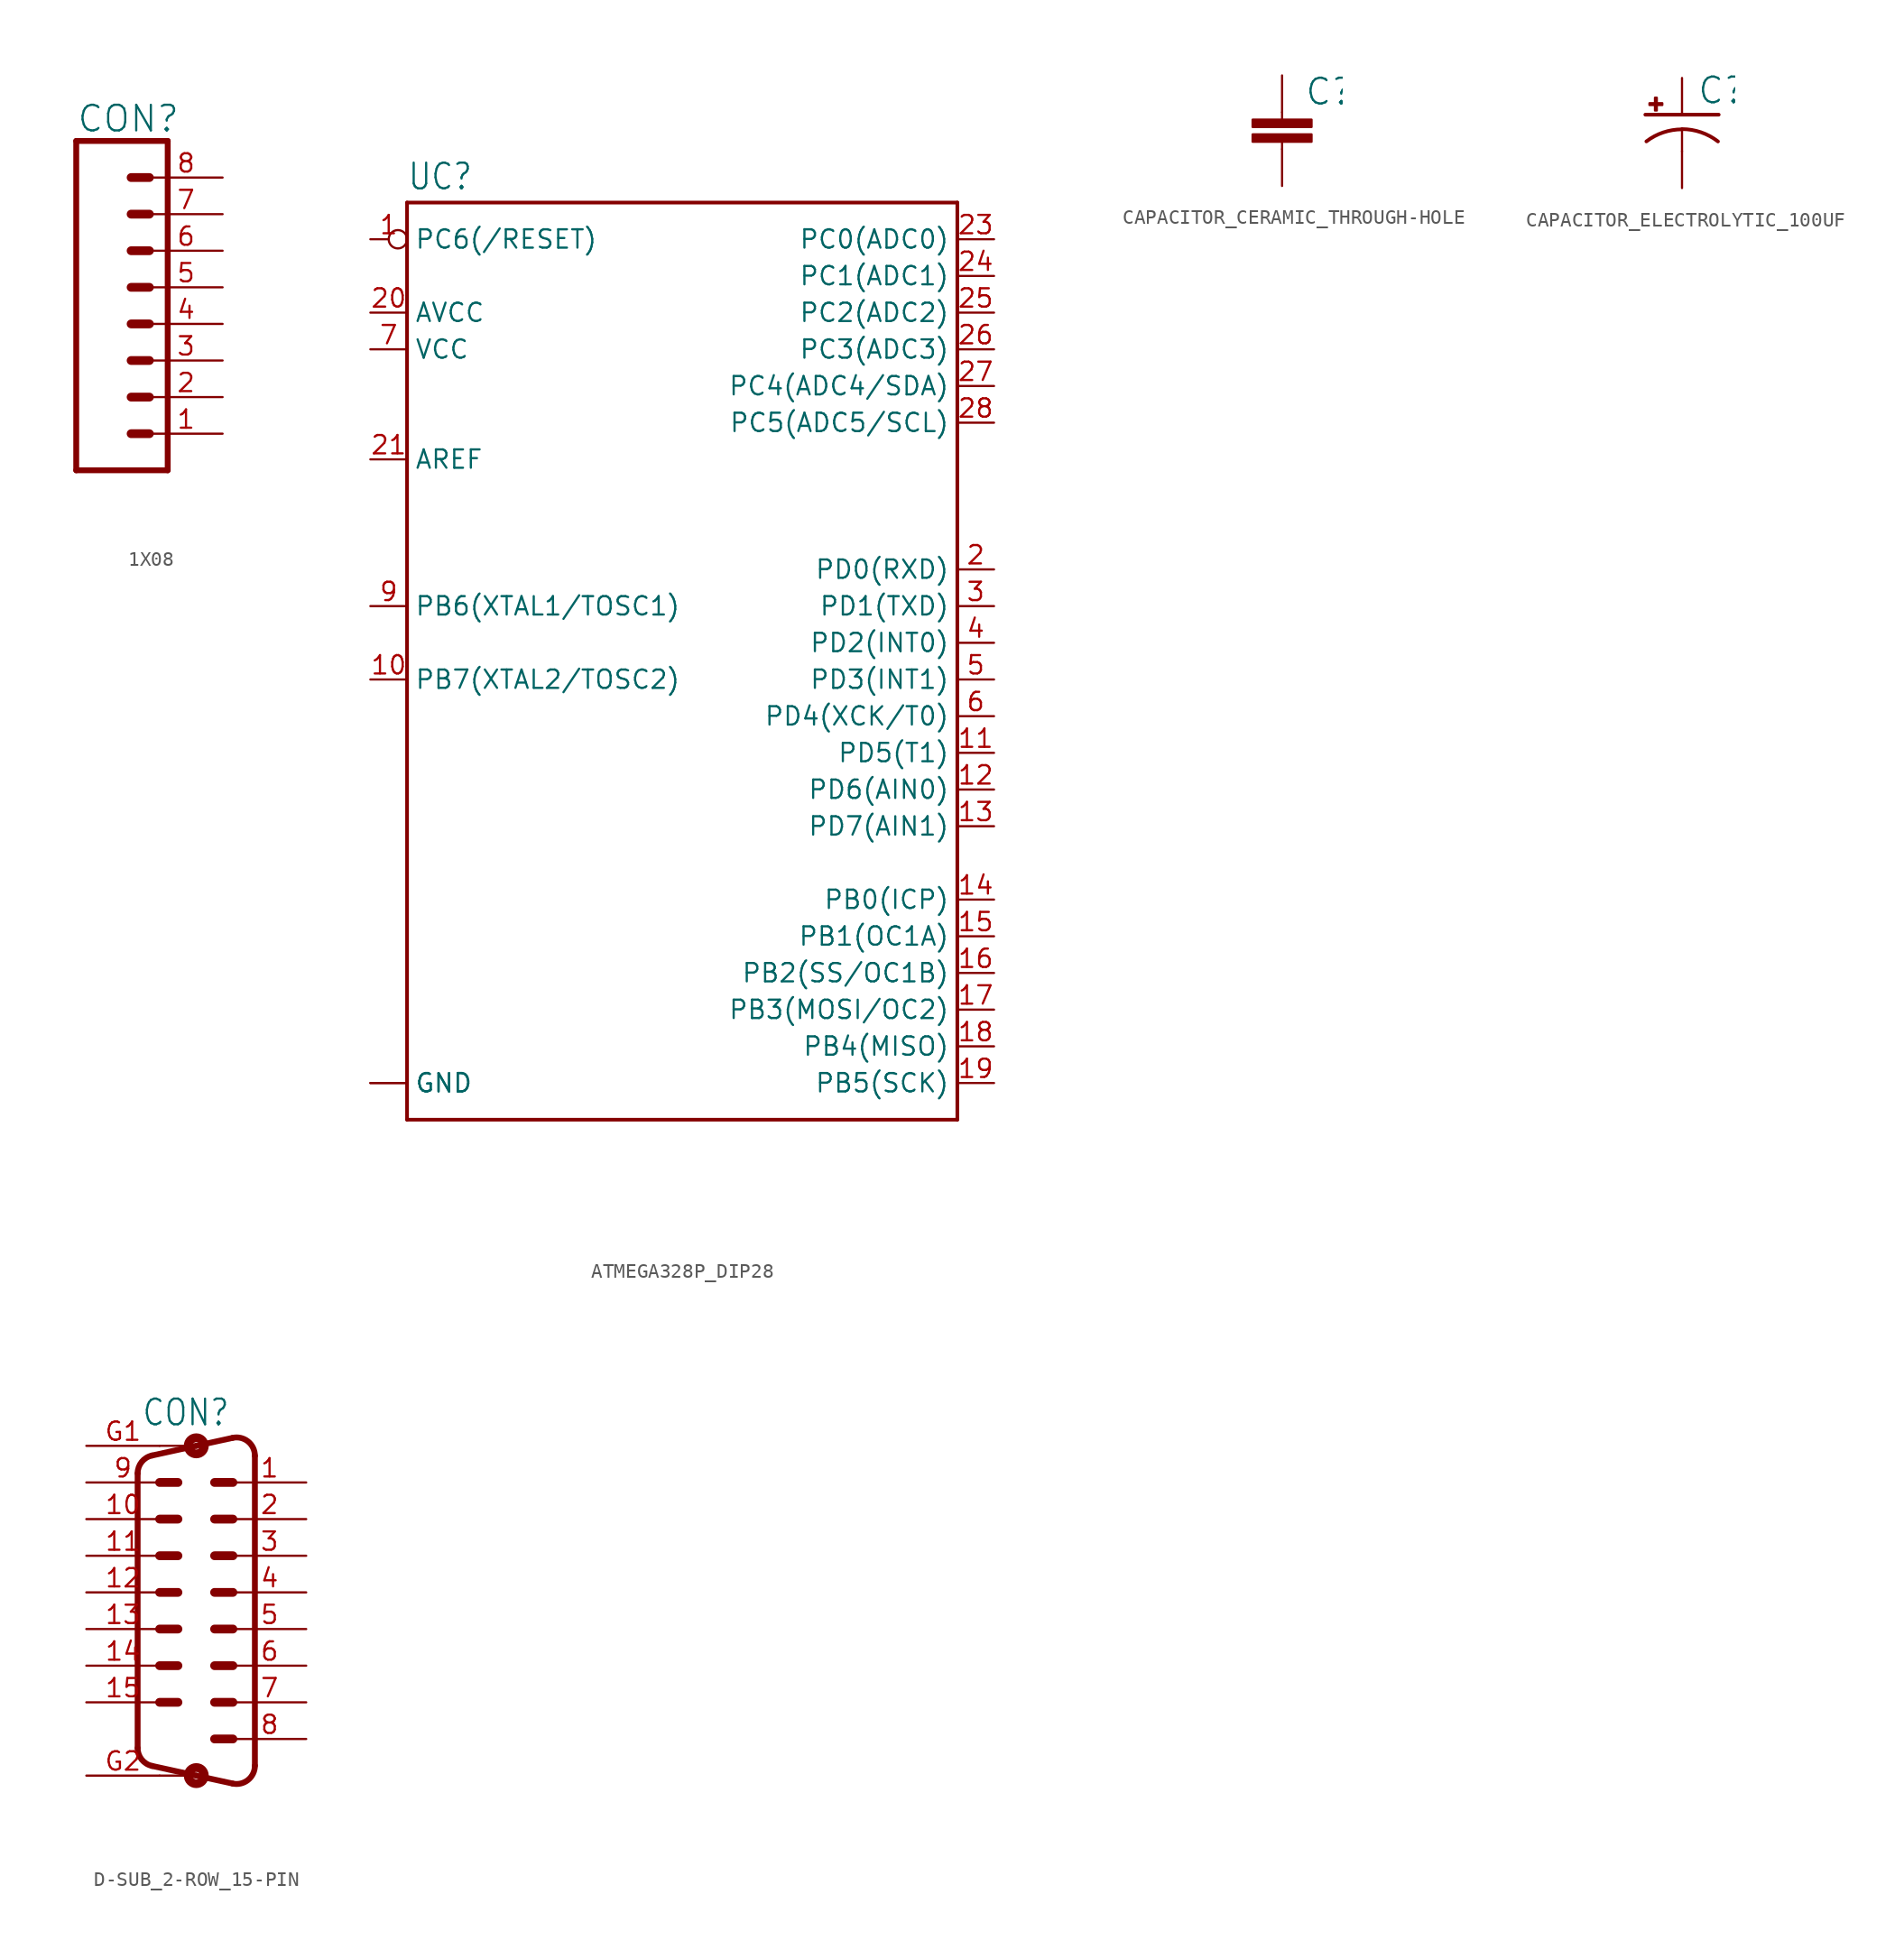
<source format=kicad_sym>
(kicad_symbol_lib
  (version 20220914)
  (generator kicad_symbol_editor)
  (symbol "1X08"
    (property "Reference" "CON"
      (at -5.08 13.208 0)
      (effects (font (size 1.778 1.778)) (justify left bottom)))
    (property "Value" ""
      (at -5.08 -12.446 0)
      (effects (font (size 1.778 1.778)) (justify left bottom)))
    (property "ki_locked" ""
      (at 0 0 0)
      (effects (font (size 1.27 1.27))))
    (symbol "1X08_1_0"
      (polyline (pts (xy -5.08 12.7) (xy -5.08 -10.16)) (stroke (width 0.406) (type solid)) (fill (type none)))
      (polyline (pts (xy -5.08 12.7) (xy 1.27 12.7)) (stroke (width 0.406) (type solid)) (fill (type none)))
      (polyline (pts (xy -1.27 -7.62) (xy 0 -7.62)) (stroke (width 0.61) (type solid)) (fill (type none)))
      (polyline (pts (xy -1.27 -5.08) (xy 0 -5.08)) (stroke (width 0.61) (type solid)) (fill (type none)))
      (polyline (pts (xy -1.27 -2.54) (xy 0 -2.54)) (stroke (width 0.61) (type solid)) (fill (type none)))
      (polyline (pts (xy -1.27 0) (xy 0 0)) (stroke (width 0.61) (type solid)) (fill (type none)))
      (polyline (pts (xy -1.27 2.54) (xy 0 2.54)) (stroke (width 0.61) (type solid)) (fill (type none)))
      (polyline (pts (xy -1.27 5.08) (xy 0 5.08)) (stroke (width 0.61) (type solid)) (fill (type none)))
      (polyline (pts (xy -1.27 7.62) (xy 0 7.62)) (stroke (width 0.61) (type solid)) (fill (type none)))
      (polyline (pts (xy -1.27 10.16) (xy 0 10.16)) (stroke (width 0.61) (type solid)) (fill (type none)))
      (polyline (pts (xy 1.27 -10.16) (xy -5.08 -10.16)) (stroke (width 0.406) (type solid)) (fill (type none)))
      (polyline (pts (xy 1.27 -10.16) (xy 1.27 12.7)) (stroke (width 0.406) (type solid)) (fill (type none)))
      (pin passive line (at 5.08 -7.62 180) (length 5.08) (name "1" (effects (font (size 0 0)))) (number "1" (effects (font (size 1.27 1.27)))))
      (pin passive line (at 5.08 -5.08 180) (length 5.08) (name "2" (effects (font (size 0 0)))) (number "2" (effects (font (size 1.27 1.27)))))
      (pin passive line (at 5.08 -2.54 180) (length 5.08) (name "3" (effects (font (size 0 0)))) (number "3" (effects (font (size 1.27 1.27)))))
      (pin passive line (at 5.08 0 180) (length 5.08) (name "4" (effects (font (size 0 0)))) (number "4" (effects (font (size 1.27 1.27)))))
      (pin passive line (at 5.08 2.54 180) (length 5.08) (name "5" (effects (font (size 0 0)))) (number "5" (effects (font (size 1.27 1.27)))))
      (pin passive line (at 5.08 5.08 180) (length 5.08) (name "6" (effects (font (size 0 0)))) (number "6" (effects (font (size 1.27 1.27)))))
      (pin passive line (at 5.08 7.62 180) (length 5.08) (name "7" (effects (font (size 0 0)))) (number "7" (effects (font (size 1.27 1.27)))))
      (pin passive line (at 5.08 10.16 180) (length 5.08) (name "8" (effects (font (size 0 0)))) (number "8" (effects (font (size 1.27 1.27)))))))
  (symbol "ATMEGA328P_DIP28"
    (property "Reference" "UC"
      (at -17.78 28.702 0)
      (effects (font (size 1.778 1.511)) (justify left bottom)))
    (property "Value" ""
      (at -17.78 -38.1 0)
      (effects (font (size 1.778 1.511)) (justify left bottom)))
    (property "ki_locked" ""
      (at 0 0 0)
      (effects (font (size 1.27 1.27))))
    (symbol "ATMEGA328P_DIP28_1_0"
      (polyline (pts (xy -17.78 -35.56) (xy -17.78 27.94)) (stroke (width 0.254) (type solid)) (fill (type none)))
      (polyline (pts (xy -17.78 27.94) (xy 20.32 27.94)) (stroke (width 0.254) (type solid)) (fill (type none)))
      (polyline (pts (xy 20.32 -35.56) (xy -17.78 -35.56)) (stroke (width 0.254) (type solid)) (fill (type none)))
      (polyline (pts (xy 20.32 27.94) (xy 20.32 -35.56)) (stroke (width 0.254) (type solid)) (fill (type none)))
      (pin bidirectional inverted (at -20.32 25.4 0) (length 2.54) (name "PC6(/RESET)" (effects (font (size 1.27 1.27)))) (number "1" (effects (font (size 1.27 1.27)))))
      (pin bidirectional line (at -20.32 -5.08 0) (length 2.54) (name "PB7(XTAL2/TOSC2)" (effects (font (size 1.27 1.27)))) (number "10" (effects (font (size 1.27 1.27)))))
      (pin bidirectional line (at 22.86 -10.16 180) (length 2.54) (name "PD5(T1)" (effects (font (size 1.27 1.27)))) (number "11" (effects (font (size 1.27 1.27)))))
      (pin bidirectional line (at 22.86 -12.7 180) (length 2.54) (name "PD6(AIN0)" (effects (font (size 1.27 1.27)))) (number "12" (effects (font (size 1.27 1.27)))))
      (pin bidirectional line (at 22.86 -15.24 180) (length 2.54) (name "PD7(AIN1)" (effects (font (size 1.27 1.27)))) (number "13" (effects (font (size 1.27 1.27)))))
      (pin bidirectional line (at 22.86 -20.32 180) (length 2.54) (name "PB0(ICP)" (effects (font (size 1.27 1.27)))) (number "14" (effects (font (size 1.27 1.27)))))
      (pin bidirectional line (at 22.86 -22.86 180) (length 2.54) (name "PB1(OC1A)" (effects (font (size 1.27 1.27)))) (number "15" (effects (font (size 1.27 1.27)))))
      (pin bidirectional line (at 22.86 -25.4 180) (length 2.54) (name "PB2(SS/OC1B)" (effects (font (size 1.27 1.27)))) (number "16" (effects (font (size 1.27 1.27)))))
      (pin bidirectional line (at 22.86 -27.94 180) (length 2.54) (name "PB3(MOSI/OC2)" (effects (font (size 1.27 1.27)))) (number "17" (effects (font (size 1.27 1.27)))))
      (pin bidirectional line (at 22.86 -30.48 180) (length 2.54) (name "PB4(MISO)" (effects (font (size 1.27 1.27)))) (number "18" (effects (font (size 1.27 1.27)))))
      (pin bidirectional line (at 22.86 -33.02 180) (length 2.54) (name "PB5(SCK)" (effects (font (size 1.27 1.27)))) (number "19" (effects (font (size 1.27 1.27)))))
      (pin bidirectional line (at 22.86 2.54 180) (length 2.54) (name "PD0(RXD)" (effects (font (size 1.27 1.27)))) (number "2" (effects (font (size 1.27 1.27)))))
      (pin bidirectional line (at -20.32 20.32 0) (length 2.54) (name "AVCC" (effects (font (size 1.27 1.27)))) (number "20" (effects (font (size 1.27 1.27)))))
      (pin bidirectional line (at -20.32 10.16 0) (length 2.54) (name "AREF" (effects (font (size 1.27 1.27)))) (number "21" (effects (font (size 1.27 1.27)))))
      (pin bidirectional line (at -20.32 -33.02 0) (length 2.54) (name "GND" (effects (font (size 1.27 1.27)))) (number "22" (effects (font (size 0 0)))))
      (pin bidirectional line (at 22.86 25.4 180) (length 2.54) (name "PC0(ADC0)" (effects (font (size 1.27 1.27)))) (number "23" (effects (font (size 1.27 1.27)))))
      (pin bidirectional line (at 22.86 22.86 180) (length 2.54) (name "PC1(ADC1)" (effects (font (size 1.27 1.27)))) (number "24" (effects (font (size 1.27 1.27)))))
      (pin bidirectional line (at 22.86 20.32 180) (length 2.54) (name "PC2(ADC2)" (effects (font (size 1.27 1.27)))) (number "25" (effects (font (size 1.27 1.27)))))
      (pin bidirectional line (at 22.86 17.78 180) (length 2.54) (name "PC3(ADC3)" (effects (font (size 1.27 1.27)))) (number "26" (effects (font (size 1.27 1.27)))))
      (pin bidirectional line (at 22.86 15.24 180) (length 2.54) (name "PC4(ADC4/SDA)" (effects (font (size 1.27 1.27)))) (number "27" (effects (font (size 1.27 1.27)))))
      (pin bidirectional line (at 22.86 12.7 180) (length 2.54) (name "PC5(ADC5/SCL)" (effects (font (size 1.27 1.27)))) (number "28" (effects (font (size 1.27 1.27)))))
      (pin bidirectional line (at 22.86 0 180) (length 2.54) (name "PD1(TXD)" (effects (font (size 1.27 1.27)))) (number "3" (effects (font (size 1.27 1.27)))))
      (pin bidirectional line (at 22.86 -2.54 180) (length 2.54) (name "PD2(INT0)" (effects (font (size 1.27 1.27)))) (number "4" (effects (font (size 1.27 1.27)))))
      (pin bidirectional line (at 22.86 -5.08 180) (length 2.54) (name "PD3(INT1)" (effects (font (size 1.27 1.27)))) (number "5" (effects (font (size 1.27 1.27)))))
      (pin bidirectional line (at 22.86 -7.62 180) (length 2.54) (name "PD4(XCK/T0)" (effects (font (size 1.27 1.27)))) (number "6" (effects (font (size 1.27 1.27)))))
      (pin bidirectional line (at -20.32 17.78 0) (length 2.54) (name "VCC" (effects (font (size 1.27 1.27)))) (number "7" (effects (font (size 1.27 1.27)))))
      (pin bidirectional line (at -20.32 -33.02 0) (length 2.54) (name "GND" (effects (font (size 1.27 1.27)))) (number "8" (effects (font (size 0 0)))))
      (pin bidirectional line (at -20.32 0 0) (length 2.54) (name "PB6(XTAL1/TOSC1)" (effects (font (size 1.27 1.27)))) (number "9" (effects (font (size 1.27 1.27)))))))
  (symbol "CAPACITOR_CERAMIC_THROUGH-HOLE"
    (property "Reference" "C"
      (at 1.524 2.921 0)
      (effects (font (size 1.778 1.778)) (justify left bottom)))
    (property "Value" ""
      (at 1.524 -2.159 0)
      (effects (font (size 1.778 1.778)) (justify left bottom)))
    (property "ki_locked" ""
      (at 0 0 0)
      (effects (font (size 1.27 1.27))))
    (symbol "CAPACITOR_CERAMIC_THROUGH-HOLE_1_0"
      (rectangle (start -2.032 0.508) (end 2.032 1.016) (stroke (width 0) (type default)) (fill (type outline)))
      (rectangle (start -2.032 1.524) (end 2.032 2.032) (stroke (width 0) (type default)) (fill (type outline)))
      (polyline (pts (xy 0 0) (xy 0 0.508)) (stroke (width 0.152) (type solid)) (fill (type none)))
      (polyline (pts (xy 0 2.54) (xy 0 2.032)) (stroke (width 0.152) (type solid)) (fill (type none)))
      (pin passive line (at 0 5.08 270) (length 2.54) (name "1" (effects (font (size 0 0)))) (number "1" (effects (font (size 0 0)))))
      (pin passive line (at 0 -2.54 90) (length 2.54) (name "2" (effects (font (size 0 0)))) (number "2" (effects (font (size 0 0)))))))
  (symbol "CAPACITOR_ELECTROLYTIC_100UF"
    (property "Reference" "C"
      (at 1.016 0.635 0)
      (effects (font (size 1.778 1.778)) (justify left bottom)))
    (property "Value" ""
      (at 1.016 -4.191 0)
      (effects (font (size 1.778 1.778)) (justify left bottom)))
    (property "ki_locked" ""
      (at 0 0 0)
      (effects (font (size 1.27 1.27))))
    (symbol "CAPACITOR_ELECTROLYTIC_100UF_1_0"
      (rectangle (start -2.253 0.668) (end -1.364 0.795) (stroke (width 0) (type default)) (fill (type outline)))
      (rectangle (start -1.872 0.287) (end -1.745 1.176) (stroke (width 0) (type default)) (fill (type outline)))
      (arc (start 0 -1.0161) (mid -1.3021 -1.2303) (end -2.4669 -1.8504) (stroke (width 0.254) (type solid)) (fill (type none)))
      (polyline (pts (xy -2.54 0) (xy 2.54 0)) (stroke (width 0.254) (type solid)) (fill (type none)))
      (polyline (pts (xy 0 -1.016) (xy 0 -2.54)) (stroke (width 0.152) (type solid)) (fill (type none)))
      (arc (start 2.4892 -1.8541) (mid 1.3158 -1.2194) (end 0 -1) (stroke (width 0.254) (type solid)) (fill (type none)))
      (pin passive line (at 0 2.54 270) (length 2.54) (name "+" (effects (font (size 0 0)))) (number "+" (effects (font (size 0 0)))))
      (pin passive line (at 0 -5.08 90) (length 2.54) (name "-" (effects (font (size 0 0)))) (number "-" (effects (font (size 0 0)))))))
  (symbol "D-SUB_2-ROW_15-PIN"
    (property "Reference" "CON"
      (at -3.81 11.43 0)
      (effects (font (size 1.778 1.511)) (justify left bottom)))
    (property "Value" ""
      (at -3.81 -15.875 0)
      (effects (font (size 1.778 1.511)) (justify left bottom)))
    (property "ki_locked" ""
      (at 0 0 0)
      (effects (font (size 1.27 1.27))))
    (symbol "D-SUB_2-ROW_15-PIN_1_0"
      (arc (start -4.064 -10.7888) (mid -3.7833 -11.5851) (end -3.0653 -12.0295) (stroke (width 0.4064) (type solid)) (fill (type none)))
      (arc (start -3.0653 9.4895) (mid -3.7833 9.0451) (end -4.064 8.2488) (stroke (width 0.4064) (type solid)) (fill (type none)))
      (circle (center 0 -12.7) (radius 0.254) (stroke (width 0.61) (type solid)) (fill (type none)))
      (polyline (pts (xy -4.064 8.249) (xy -4.064 -10.789)) (stroke (width 0.406) (type solid)) (fill (type none)))
      (polyline (pts (xy -2.54 -12.7) (xy 0 -12.7)) (stroke (width 0.152) (type solid)) (fill (type none)))
      (polyline (pts (xy -2.54 -7.62) (xy -1.27 -7.62)) (stroke (width 0.61) (type solid)) (fill (type none)))
      (polyline (pts (xy -2.54 -5.08) (xy -1.27 -5.08)) (stroke (width 0.61) (type solid)) (fill (type none)))
      (polyline (pts (xy -2.54 -2.54) (xy -1.27 -2.54)) (stroke (width 0.61) (type solid)) (fill (type none)))
      (polyline (pts (xy -2.54 0) (xy -1.27 0)) (stroke (width 0.61) (type solid)) (fill (type none)))
      (polyline (pts (xy -2.54 2.54) (xy -1.27 2.54)) (stroke (width 0.61) (type solid)) (fill (type none)))
      (polyline (pts (xy -2.54 5.08) (xy -1.27 5.08)) (stroke (width 0.61) (type solid)) (fill (type none)))
      (polyline (pts (xy -2.54 7.62) (xy -1.27 7.62)) (stroke (width 0.61) (type solid)) (fill (type none)))
      (polyline (pts (xy 0 -12.7) (xy -3.065 -12.029)) (stroke (width 0.406) (type solid)) (fill (type none)))
      (polyline (pts (xy 0 10.16) (xy -3.065 9.489)) (stroke (width 0.406) (type solid)) (fill (type none)))
      (polyline (pts (xy 0 10.16) (xy -2.54 10.16)) (stroke (width 0.152) (type solid)) (fill (type none)))
      (polyline (pts (xy 1.27 -10.16) (xy 2.54 -10.16)) (stroke (width 0.61) (type solid)) (fill (type none)))
      (polyline (pts (xy 1.27 -7.62) (xy 2.54 -7.62)) (stroke (width 0.61) (type solid)) (fill (type none)))
      (polyline (pts (xy 1.27 -5.08) (xy 2.54 -5.08)) (stroke (width 0.61) (type solid)) (fill (type none)))
      (polyline (pts (xy 1.27 -2.54) (xy 2.54 -2.54)) (stroke (width 0.61) (type solid)) (fill (type none)))
      (polyline (pts (xy 1.27 0) (xy 2.54 0)) (stroke (width 0.61) (type solid)) (fill (type none)))
      (polyline (pts (xy 1.27 2.54) (xy 2.54 2.54)) (stroke (width 0.61) (type solid)) (fill (type none)))
      (polyline (pts (xy 1.27 5.08) (xy 2.54 5.08)) (stroke (width 0.61) (type solid)) (fill (type none)))
      (polyline (pts (xy 1.27 7.62) (xy 2.54 7.62)) (stroke (width 0.61) (type solid)) (fill (type none)))
      (polyline (pts (xy 2.523 -13.252) (xy 0 -12.7)) (stroke (width 0.406) (type solid)) (fill (type none)))
      (polyline (pts (xy 2.523 10.712) (xy 0 10.16)) (stroke (width 0.406) (type solid)) (fill (type none)))
      (polyline (pts (xy 4.064 9.471) (xy 4.064 -12.011)) (stroke (width 0.406) (type solid)) (fill (type none)))
      (circle (center 0 10.16) (radius 0.254) (stroke (width 0.61) (type solid)) (fill (type none)))
      (arc (start 2.5226 -13.2518) (mid 3.5901 -13.0004) (end 4.0637 -12.0112) (stroke (width 0.4064) (type solid)) (fill (type none)))
      (arc (start 4.0639 9.4711) (mid 3.5903 10.4605) (end 2.5226 10.7119) (stroke (width 0.4064) (type solid)) (fill (type none)))
      (pin passive line (at 7.62 7.62 180) (length 5.08) (name "1" (effects (font (size 0 0)))) (number "1" (effects (font (size 1.27 1.27)))))
      (pin passive line (at -7.62 5.08 0) (length 5.08) (name "10" (effects (font (size 0 0)))) (number "10" (effects (font (size 1.27 1.27)))))
      (pin passive line (at -7.62 2.54 0) (length 5.08) (name "11" (effects (font (size 0 0)))) (number "11" (effects (font (size 1.27 1.27)))))
      (pin passive line (at -7.62 0 0) (length 5.08) (name "12" (effects (font (size 0 0)))) (number "12" (effects (font (size 1.27 1.27)))))
      (pin passive line (at -7.62 -2.54 0) (length 5.08) (name "13" (effects (font (size 0 0)))) (number "13" (effects (font (size 1.27 1.27)))))
      (pin passive line (at -7.62 -5.08 0) (length 5.08) (name "14" (effects (font (size 0 0)))) (number "14" (effects (font (size 1.27 1.27)))))
      (pin passive line (at -7.62 -7.62 0) (length 5.08) (name "15" (effects (font (size 0 0)))) (number "15" (effects (font (size 1.27 1.27)))))
      (pin passive line (at 7.62 5.08 180) (length 5.08) (name "2" (effects (font (size 0 0)))) (number "2" (effects (font (size 1.27 1.27)))))
      (pin passive line (at 7.62 2.54 180) (length 5.08) (name "3" (effects (font (size 0 0)))) (number "3" (effects (font (size 1.27 1.27)))))
      (pin passive line (at 7.62 0 180) (length 5.08) (name "4" (effects (font (size 0 0)))) (number "4" (effects (font (size 1.27 1.27)))))
      (pin passive line (at 7.62 -2.54 180) (length 5.08) (name "5" (effects (font (size 0 0)))) (number "5" (effects (font (size 1.27 1.27)))))
      (pin passive line (at 7.62 -5.08 180) (length 5.08) (name "6" (effects (font (size 0 0)))) (number "6" (effects (font (size 1.27 1.27)))))
      (pin passive line (at 7.62 -7.62 180) (length 5.08) (name "7" (effects (font (size 0 0)))) (number "7" (effects (font (size 1.27 1.27)))))
      (pin passive line (at 7.62 -10.16 180) (length 5.08) (name "8" (effects (font (size 0 0)))) (number "8" (effects (font (size 1.27 1.27)))))
      (pin passive line (at -7.62 7.62 0) (length 5.08) (name "9" (effects (font (size 0 0)))) (number "9" (effects (font (size 1.27 1.27)))))
      (pin passive line (at -7.62 10.16 0) (length 5.08) (name "GND1" (effects (font (size 0 0)))) (number "G1" (effects (font (size 1.27 1.27)))))
      (pin passive line (at -7.62 -12.7 0) (length 5.08) (name "GND2" (effects (font (size 0 0)))) (number "G2" (effects (font (size 1.27 1.27))))))))
</source>
